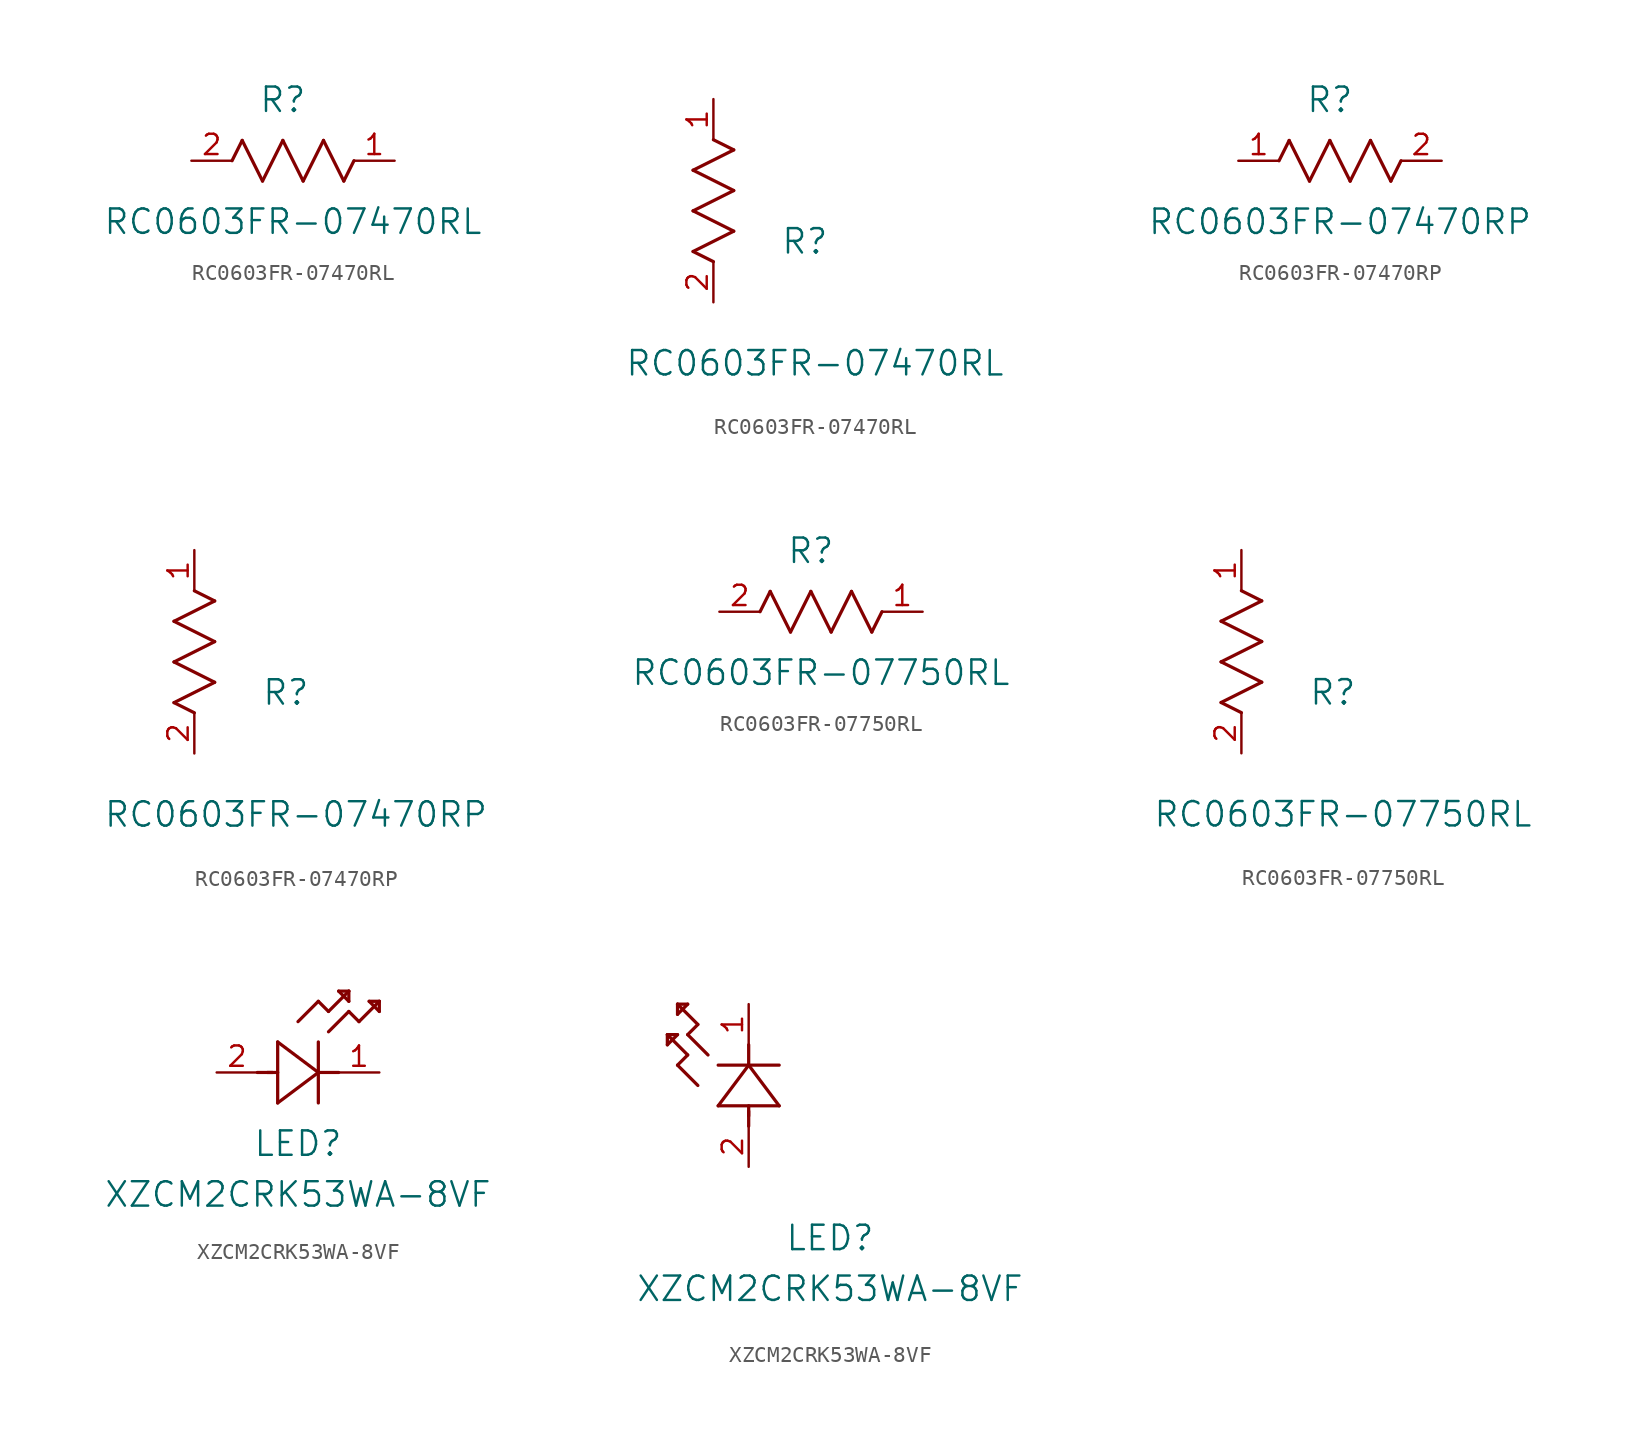
<source format=kicad_sym>
(kicad_symbol_lib
  (version 20231120)
  (generator "kicad_symbol_editor")
  (generator_version "8.0")
  (symbol "RC0603FR-07470RL"
    (pin_names
      (offset 0.254))
    (property "Reference" "R"
      (at 5.715 3.81 0)
      (effects (font (size 1.524 1.524))))
    (property "Value" "RC0603FR-07470RL"
      (at 6.35 -3.81 0)
      (effects (font (size 1.524 1.524))))
    (property "ki_locked" ""
      (at 0 0 0)
      (effects (font (size 1.27 1.27))))
    (symbol "RC0603FR-07470RL_1_1"
      (polyline (pts (xy 2.54 0) (xy 3.175 1.27)) (stroke (width 0.203) (type default)) (fill (type none)))
      (polyline (pts (xy 3.175 1.27) (xy 4.445 -1.27)) (stroke (width 0.203) (type default)) (fill (type none)))
      (polyline (pts (xy 4.445 -1.27) (xy 5.715 1.27)) (stroke (width 0.203) (type default)) (fill (type none)))
      (polyline (pts (xy 5.715 1.27) (xy 6.985 -1.27)) (stroke (width 0.203) (type default)) (fill (type none)))
      (polyline (pts (xy 6.985 -1.27) (xy 8.255 1.27)) (stroke (width 0.203) (type default)) (fill (type none)))
      (polyline (pts (xy 8.255 1.27) (xy 9.525 -1.27)) (stroke (width 0.203) (type default)) (fill (type none)))
      (polyline (pts (xy 9.525 -1.27) (xy 10.16 0)) (stroke (width 0.203) (type default)) (fill (type none)))
      (pin unspecified line (at 12.7 0 180) (length 2.54) (name "" (effects (font (size 1.27 1.27)))) (number "1" (effects (font (size 1.27 1.27)))))
      (pin unspecified line (at 0 0 0) (length 2.54) (name "" (effects (font (size 1.27 1.27)))) (number "2" (effects (font (size 1.27 1.27))))))
    (symbol "RC0603FR-07470RL_1_2"
      (polyline (pts (xy -1.27 3.175) (xy 1.27 4.445)) (stroke (width 0.203) (type default)) (fill (type none)))
      (polyline (pts (xy -1.27 5.715) (xy 1.27 6.985)) (stroke (width 0.203) (type default)) (fill (type none)))
      (polyline (pts (xy -1.27 8.255) (xy 1.27 9.525)) (stroke (width 0.203) (type default)) (fill (type none)))
      (polyline (pts (xy 0 2.54) (xy -1.27 3.175)) (stroke (width 0.203) (type default)) (fill (type none)))
      (polyline (pts (xy 1.27 4.445) (xy -1.27 5.715)) (stroke (width 0.203) (type default)) (fill (type none)))
      (polyline (pts (xy 1.27 6.985) (xy -1.27 8.255)) (stroke (width 0.203) (type default)) (fill (type none)))
      (polyline (pts (xy 1.27 9.525) (xy 0 10.16)) (stroke (width 0.203) (type default)) (fill (type none)))
      (pin unspecified line (at 0 12.7 270) (length 2.54) (name "" (effects (font (size 1.27 1.27)))) (number "1" (effects (font (size 1.27 1.27)))))
      (pin unspecified line (at 0 0 90) (length 2.54) (name "" (effects (font (size 1.27 1.27)))) (number "2" (effects (font (size 1.27 1.27)))))))
  (symbol "RC0603FR-07470RP"
    (pin_names
      (offset 0.254))
    (property "Reference" "R"
      (at 5.715 3.81 0)
      (effects (font (size 1.524 1.524))))
    (property "Value" "RC0603FR-07470RP"
      (at 6.35 -3.81 0)
      (effects (font (size 1.524 1.524))))
    (property "ki_locked" ""
      (at 0 0 0)
      (effects (font (size 1.27 1.27))))
    (symbol "RC0603FR-07470RP_1_1"
      (polyline (pts (xy 2.54 0) (xy 3.175 1.27)) (stroke (width 0.203) (type default)) (fill (type none)))
      (polyline (pts (xy 3.175 1.27) (xy 4.445 -1.27)) (stroke (width 0.203) (type default)) (fill (type none)))
      (polyline (pts (xy 4.445 -1.27) (xy 5.715 1.27)) (stroke (width 0.203) (type default)) (fill (type none)))
      (polyline (pts (xy 5.715 1.27) (xy 6.985 -1.27)) (stroke (width 0.203) (type default)) (fill (type none)))
      (polyline (pts (xy 6.985 -1.27) (xy 8.255 1.27)) (stroke (width 0.203) (type default)) (fill (type none)))
      (polyline (pts (xy 8.255 1.27) (xy 9.525 -1.27)) (stroke (width 0.203) (type default)) (fill (type none)))
      (polyline (pts (xy 9.525 -1.27) (xy 10.16 0)) (stroke (width 0.203) (type default)) (fill (type none)))
      (pin unspecified line (at 0 0 0) (length 2.54) (name "" (effects (font (size 1.27 1.27)))) (number "1" (effects (font (size 1.27 1.27)))))
      (pin unspecified line (at 12.7 0 180) (length 2.54) (name "" (effects (font (size 1.27 1.27)))) (number "2" (effects (font (size 1.27 1.27))))))
    (symbol "RC0603FR-07470RP_1_2"
      (polyline (pts (xy -1.27 3.175) (xy 1.27 4.445)) (stroke (width 0.203) (type default)) (fill (type none)))
      (polyline (pts (xy -1.27 5.715) (xy 1.27 6.985)) (stroke (width 0.203) (type default)) (fill (type none)))
      (polyline (pts (xy -1.27 8.255) (xy 1.27 9.525)) (stroke (width 0.203) (type default)) (fill (type none)))
      (polyline (pts (xy 0 2.54) (xy -1.27 3.175)) (stroke (width 0.203) (type default)) (fill (type none)))
      (polyline (pts (xy 1.27 4.445) (xy -1.27 5.715)) (stroke (width 0.203) (type default)) (fill (type none)))
      (polyline (pts (xy 1.27 6.985) (xy -1.27 8.255)) (stroke (width 0.203) (type default)) (fill (type none)))
      (polyline (pts (xy 1.27 9.525) (xy 0 10.16)) (stroke (width 0.203) (type default)) (fill (type none)))
      (pin unspecified line (at 0 12.7 270) (length 2.54) (name "" (effects (font (size 1.27 1.27)))) (number "1" (effects (font (size 1.27 1.27)))))
      (pin unspecified line (at 0 0 90) (length 2.54) (name "" (effects (font (size 1.27 1.27)))) (number "2" (effects (font (size 1.27 1.27)))))))
  (symbol "RC0603FR-07750RL"
    (pin_names
      (offset 0.254))
    (property "Reference" "R"
      (at 5.715 3.81 0)
      (effects (font (size 1.524 1.524))))
    (property "Value" "RC0603FR-07750RL"
      (at 6.35 -3.81 0)
      (effects (font (size 1.524 1.524))))
    (property "ki_locked" ""
      (at 0 0 0)
      (effects (font (size 1.27 1.27))))
    (symbol "RC0603FR-07750RL_1_1"
      (polyline (pts (xy 2.54 0) (xy 3.175 1.27)) (stroke (width 0.203) (type default)) (fill (type none)))
      (polyline (pts (xy 3.175 1.27) (xy 4.445 -1.27)) (stroke (width 0.203) (type default)) (fill (type none)))
      (polyline (pts (xy 4.445 -1.27) (xy 5.715 1.27)) (stroke (width 0.203) (type default)) (fill (type none)))
      (polyline (pts (xy 5.715 1.27) (xy 6.985 -1.27)) (stroke (width 0.203) (type default)) (fill (type none)))
      (polyline (pts (xy 6.985 -1.27) (xy 8.255 1.27)) (stroke (width 0.203) (type default)) (fill (type none)))
      (polyline (pts (xy 8.255 1.27) (xy 9.525 -1.27)) (stroke (width 0.203) (type default)) (fill (type none)))
      (polyline (pts (xy 9.525 -1.27) (xy 10.16 0)) (stroke (width 0.203) (type default)) (fill (type none)))
      (pin unspecified line (at 12.7 0 180) (length 2.54) (name "" (effects (font (size 1.27 1.27)))) (number "1" (effects (font (size 1.27 1.27)))))
      (pin unspecified line (at 0 0 0) (length 2.54) (name "" (effects (font (size 1.27 1.27)))) (number "2" (effects (font (size 1.27 1.27))))))
    (symbol "RC0603FR-07750RL_1_2"
      (polyline (pts (xy -1.27 3.175) (xy 1.27 4.445)) (stroke (width 0.203) (type default)) (fill (type none)))
      (polyline (pts (xy -1.27 5.715) (xy 1.27 6.985)) (stroke (width 0.203) (type default)) (fill (type none)))
      (polyline (pts (xy -1.27 8.255) (xy 1.27 9.525)) (stroke (width 0.203) (type default)) (fill (type none)))
      (polyline (pts (xy 0 2.54) (xy -1.27 3.175)) (stroke (width 0.203) (type default)) (fill (type none)))
      (polyline (pts (xy 1.27 4.445) (xy -1.27 5.715)) (stroke (width 0.203) (type default)) (fill (type none)))
      (polyline (pts (xy 1.27 6.985) (xy -1.27 8.255)) (stroke (width 0.203) (type default)) (fill (type none)))
      (polyline (pts (xy 1.27 9.525) (xy 0 10.16)) (stroke (width 0.203) (type default)) (fill (type none)))
      (pin unspecified line (at 0 12.7 270) (length 2.54) (name "" (effects (font (size 1.27 1.27)))) (number "1" (effects (font (size 1.27 1.27)))))
      (pin unspecified line (at 0 0 90) (length 2.54) (name "" (effects (font (size 1.27 1.27)))) (number "2" (effects (font (size 1.27 1.27)))))))
  (symbol "XZCM2CRK53WA-8VF"
    (pin_names
      (offset 0.254))
    (property "Reference" "LED"
      (at 5.08 -4.445 0)
      (effects (font (size 1.524 1.524))))
    (property "Value" "XZCM2CRK53WA-8VF"
      (at 5.08 -7.62 0)
      (effects (font (size 1.524 1.524))))
    (property "ki_locked" ""
      (at 0 0 0)
      (effects (font (size 1.27 1.27))))
    (symbol "XZCM2CRK53WA-8VF_1_1"
      (polyline (pts (xy 2.54 0) (xy 3.48 0)) (stroke (width 0.203) (type default)) (fill (type none)))
      (polyline (pts (xy 3.175 0) (xy 3.81 0)) (stroke (width 0.203) (type default)) (fill (type none)))
      (polyline (pts (xy 3.81 -1.905) (xy 6.35 0)) (stroke (width 0.203) (type default)) (fill (type none)))
      (polyline (pts (xy 3.81 1.905) (xy 3.81 -1.905)) (stroke (width 0.203) (type default)) (fill (type none)))
      (polyline (pts (xy 5.08 3.175) (xy 6.35 4.445)) (stroke (width 0.203) (type default)) (fill (type none)))
      (polyline (pts (xy 6.35 -1.905) (xy 6.35 1.905)) (stroke (width 0.203) (type default)) (fill (type none)))
      (polyline (pts (xy 6.35 0) (xy 3.81 1.905)) (stroke (width 0.203) (type default)) (fill (type none)))
      (polyline (pts (xy 6.35 0) (xy 7.62 0)) (stroke (width 0.203) (type default)) (fill (type none)))
      (polyline (pts (xy 6.35 4.445) (xy 6.985 3.81)) (stroke (width 0.203) (type default)) (fill (type none)))
      (polyline (pts (xy 6.985 2.54) (xy 8.255 3.81)) (stroke (width 0.203) (type default)) (fill (type none)))
      (polyline (pts (xy 6.985 3.81) (xy 8.255 5.08)) (stroke (width 0.203) (type default)) (fill (type none)))
      (polyline (pts (xy 7.62 5.08) (xy 8.255 4.445)) (stroke (width 0.203) (type default)) (fill (type none)))
      (polyline (pts (xy 8.255 3.81) (xy 8.89 3.175)) (stroke (width 0.203) (type default)) (fill (type none)))
      (polyline (pts (xy 8.255 4.445) (xy 8.255 5.08)) (stroke (width 0.203) (type default)) (fill (type none)))
      (polyline (pts (xy 8.255 5.08) (xy 7.62 5.08)) (stroke (width 0.203) (type default)) (fill (type none)))
      (polyline (pts (xy 8.89 3.175) (xy 10.16 4.445)) (stroke (width 0.203) (type default)) (fill (type none)))
      (polyline (pts (xy 9.525 4.445) (xy 10.16 3.81)) (stroke (width 0.203) (type default)) (fill (type none)))
      (polyline (pts (xy 10.16 3.81) (xy 10.16 4.445)) (stroke (width 0.203) (type default)) (fill (type none)))
      (polyline (pts (xy 10.16 4.445) (xy 9.525 4.445)) (stroke (width 0.203) (type default)) (fill (type none)))
      (pin unspecified line (at 10.16 0 180) (length 2.54) (name "" (effects (font (size 1.27 1.27)))) (number "1" (effects (font (size 1.27 1.27)))))
      (pin unspecified line (at 0 0 0) (length 2.54) (name "" (effects (font (size 1.27 1.27)))) (number "2" (effects (font (size 1.27 1.27))))))
    (symbol "XZCM2CRK53WA-8VF_1_2"
      (polyline (pts (xy -5.08 7.62) (xy -4.445 8.255)) (stroke (width 0.203) (type default)) (fill (type none)))
      (polyline (pts (xy -5.08 8.255) (xy -5.08 7.62)) (stroke (width 0.203) (type default)) (fill (type none)))
      (polyline (pts (xy -4.445 6.35) (xy -3.81 6.985)) (stroke (width 0.203) (type default)) (fill (type none)))
      (polyline (pts (xy -4.445 8.255) (xy -5.08 8.255)) (stroke (width 0.203) (type default)) (fill (type none)))
      (polyline (pts (xy -4.445 9.525) (xy -3.81 10.16)) (stroke (width 0.203) (type default)) (fill (type none)))
      (polyline (pts (xy -4.445 10.16) (xy -4.445 9.525)) (stroke (width 0.203) (type default)) (fill (type none)))
      (polyline (pts (xy -3.81 6.985) (xy -5.08 8.255)) (stroke (width 0.203) (type default)) (fill (type none)))
      (polyline (pts (xy -3.81 8.255) (xy -3.175 8.89)) (stroke (width 0.203) (type default)) (fill (type none)))
      (polyline (pts (xy -3.81 10.16) (xy -4.445 10.16)) (stroke (width 0.203) (type default)) (fill (type none)))
      (polyline (pts (xy -3.175 5.08) (xy -4.445 6.35)) (stroke (width 0.203) (type default)) (fill (type none)))
      (polyline (pts (xy -3.175 8.89) (xy -4.445 10.16)) (stroke (width 0.203) (type default)) (fill (type none)))
      (polyline (pts (xy -2.54 6.985) (xy -3.81 8.255)) (stroke (width 0.203) (type default)) (fill (type none)))
      (polyline (pts (xy -1.905 3.81) (xy 1.905 3.81)) (stroke (width 0.203) (type default)) (fill (type none)))
      (polyline (pts (xy 0 2.54) (xy 0 3.48)) (stroke (width 0.203) (type default)) (fill (type none)))
      (polyline (pts (xy 0 3.175) (xy 0 3.81)) (stroke (width 0.203) (type default)) (fill (type none)))
      (polyline (pts (xy 0 6.35) (xy -1.905 3.81)) (stroke (width 0.203) (type default)) (fill (type none)))
      (polyline (pts (xy 0 6.35) (xy 0 7.62)) (stroke (width 0.203) (type default)) (fill (type none)))
      (polyline (pts (xy 1.905 3.81) (xy 0 6.35)) (stroke (width 0.203) (type default)) (fill (type none)))
      (polyline (pts (xy 1.905 6.35) (xy -1.905 6.35)) (stroke (width 0.203) (type default)) (fill (type none)))
      (pin unspecified line (at 0 10.16 270) (length 2.54) (name "" (effects (font (size 1.27 1.27)))) (number "1" (effects (font (size 1.27 1.27)))))
      (pin unspecified line (at 0 0 90) (length 2.54) (name "" (effects (font (size 1.27 1.27)))) (number "2" (effects (font (size 1.27 1.27))))))))
</source>
